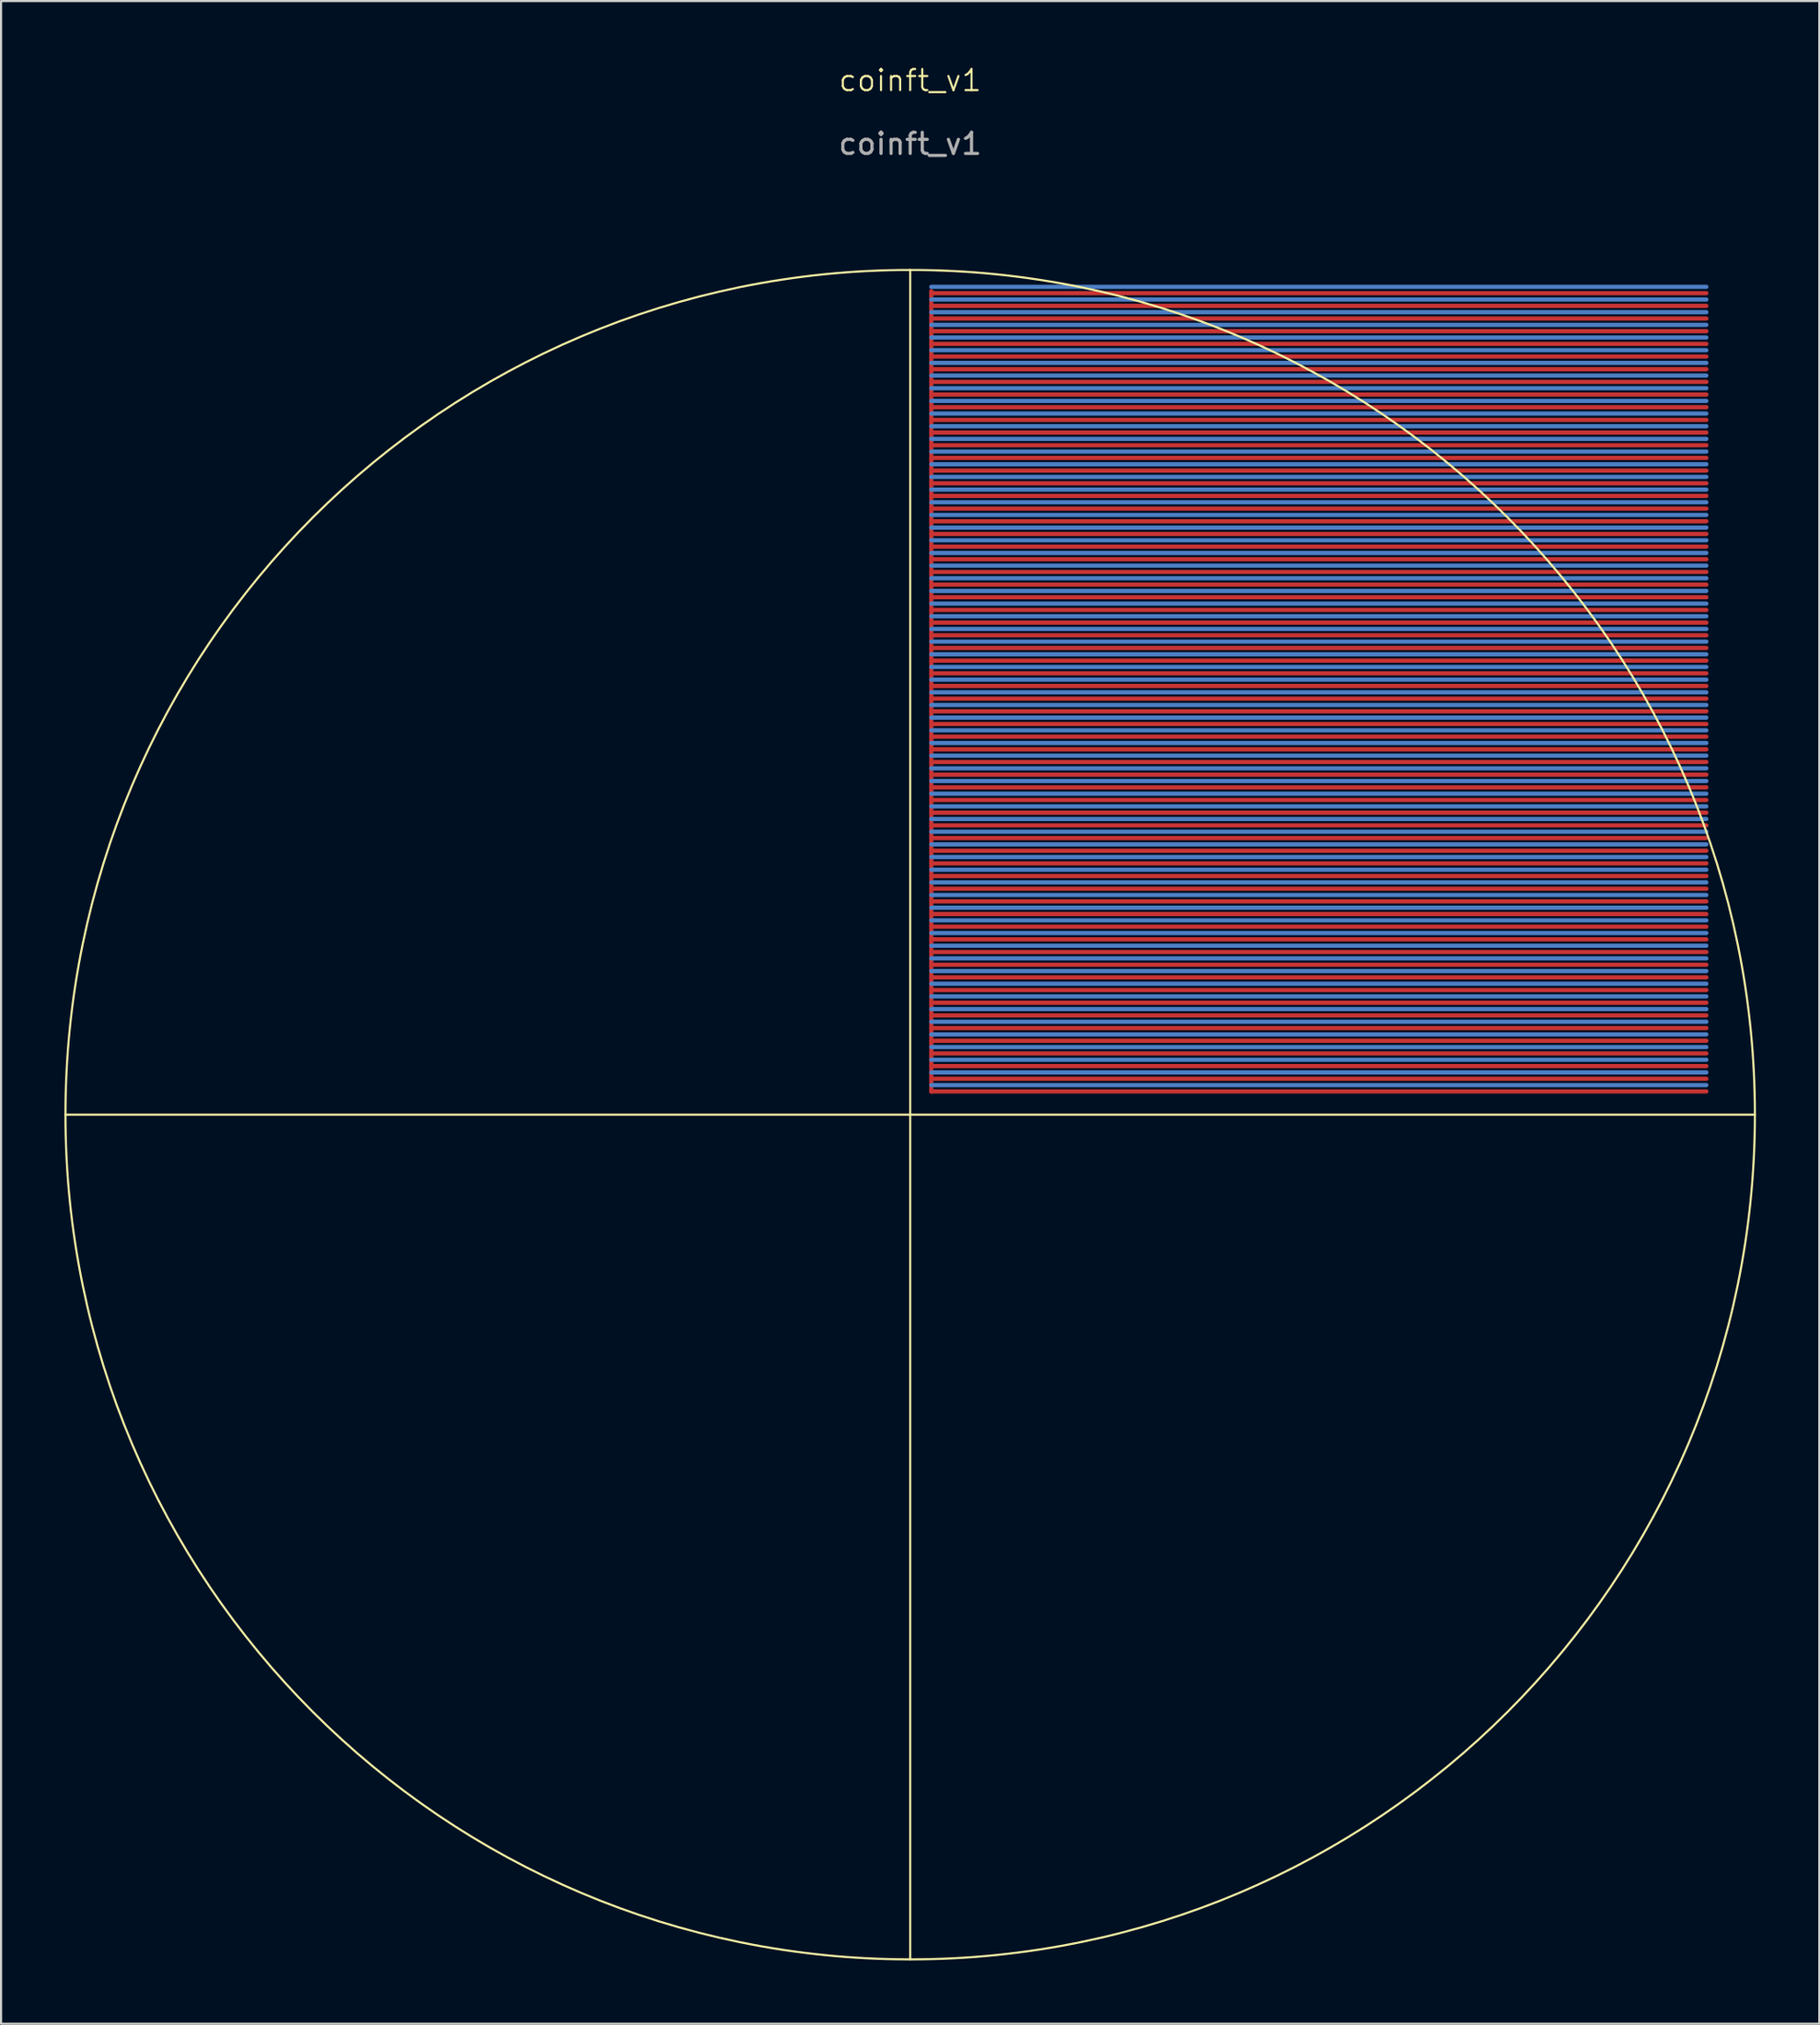
<source format=kicad_pcb>
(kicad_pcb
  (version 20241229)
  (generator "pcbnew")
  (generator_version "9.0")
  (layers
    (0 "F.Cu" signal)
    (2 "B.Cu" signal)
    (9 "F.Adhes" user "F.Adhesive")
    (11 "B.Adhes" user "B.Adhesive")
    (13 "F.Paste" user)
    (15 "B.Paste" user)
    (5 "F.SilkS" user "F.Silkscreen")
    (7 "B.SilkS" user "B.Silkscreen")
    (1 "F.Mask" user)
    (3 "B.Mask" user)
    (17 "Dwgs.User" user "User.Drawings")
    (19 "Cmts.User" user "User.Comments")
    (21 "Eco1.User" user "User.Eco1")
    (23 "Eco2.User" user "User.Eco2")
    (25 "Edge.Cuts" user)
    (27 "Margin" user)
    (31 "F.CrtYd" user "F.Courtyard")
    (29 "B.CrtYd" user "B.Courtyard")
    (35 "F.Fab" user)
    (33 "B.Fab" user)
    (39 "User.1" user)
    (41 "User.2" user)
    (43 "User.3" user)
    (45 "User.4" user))
  (footprint "coinft_v1"
    (layer "F.Cu")
    (at 40.05 49.734)
    (property "Reference" "coinft_v1" (at 0 -48.974 0) (unlocked yes) (layer "F.SilkS") (effects (font (size 1 1) (thickness 0.1))))
    (attr through_hole)
    (fp_line (start 1 -39) (end 1 -1.1) (stroke (width 0.2) (type solid)) (layer "F.Cu"))
    (fp_line (start 1 -38.9) (end 37.7 -38.9) (stroke (width 0.2) (type solid)) (layer "F.Cu"))
    (fp_line (start 1 -38.3) (end 37.7 -38.3) (stroke (width 0.2) (type solid)) (layer "F.Cu"))
    (fp_line (start 1 -37.7) (end 37.7 -37.7) (stroke (width 0.2) (type solid)) (layer "F.Cu"))
    (fp_line (start 1 -37.1) (end 37.7 -37.1) (stroke (width 0.2) (type solid)) (layer "F.Cu"))
    (fp_line (start 1 -36.5) (end 37.7 -36.5) (stroke (width 0.2) (type solid)) (layer "F.Cu"))
    (fp_line (start 1 -35.9) (end 37.7 -35.9) (stroke (width 0.2) (type solid)) (layer "F.Cu"))
    (fp_line (start 1 -35.3) (end 37.7 -35.3) (stroke (width 0.2) (type solid)) (layer "F.Cu"))
    (fp_line (start 1 -34.7) (end 37.7 -34.7) (stroke (width 0.2) (type solid)) (layer "F.Cu"))
    (fp_line (start 1 -34.1) (end 37.7 -34.1) (stroke (width 0.2) (type solid)) (layer "F.Cu"))
    (fp_line (start 1 -33.5) (end 37.7 -33.5) (stroke (width 0.2) (type solid)) (layer "F.Cu"))
    (fp_line (start 1 -32.9) (end 37.7 -32.9) (stroke (width 0.2) (type solid)) (layer "F.Cu"))
    (fp_line (start 1 -32.3) (end 37.7 -32.3) (stroke (width 0.2) (type solid)) (layer "F.Cu"))
    (fp_line (start 1 -31.7) (end 37.7 -31.7) (stroke (width 0.2) (type solid)) (layer "F.Cu"))
    (fp_line (start 1 -31.1) (end 37.7 -31.1) (stroke (width 0.2) (type solid)) (layer "F.Cu"))
    (fp_line (start 1 -30.5) (end 37.7 -30.5) (stroke (width 0.2) (type solid)) (layer "F.Cu"))
    (fp_line (start 1 -29.9) (end 37.7 -29.9) (stroke (width 0.2) (type solid)) (layer "F.Cu"))
    (fp_line (start 1 -29.3) (end 37.7 -29.3) (stroke (width 0.2) (type solid)) (layer "F.Cu"))
    (fp_line (start 1 -28.7) (end 37.7 -28.7) (stroke (width 0.2) (type solid)) (layer "F.Cu"))
    (fp_line (start 1 -28.1) (end 37.7 -28.1) (stroke (width 0.2) (type solid)) (layer "F.Cu"))
    (fp_line (start 1 -27.5) (end 37.7 -27.5) (stroke (width 0.2) (type solid)) (layer "F.Cu"))
    (fp_line (start 1 -26.9) (end 37.7 -26.9) (stroke (width 0.2) (type solid)) (layer "F.Cu"))
    (fp_line (start 1 -26.3) (end 37.7 -26.3) (stroke (width 0.2) (type solid)) (layer "F.Cu"))
    (fp_line (start 1 -25.7) (end 37.7 -25.7) (stroke (width 0.2) (type solid)) (layer "F.Cu"))
    (fp_line (start 1 -25.1) (end 37.7 -25.1) (stroke (width 0.2) (type solid)) (layer "F.Cu"))
    (fp_line (start 1 -24.5) (end 37.7 -24.5) (stroke (width 0.2) (type solid)) (layer "F.Cu"))
    (fp_line (start 1 -23.9) (end 37.7 -23.9) (stroke (width 0.2) (type solid)) (layer "F.Cu"))
    (fp_line (start 1 -23.3) (end 37.7 -23.3) (stroke (width 0.2) (type solid)) (layer "F.Cu"))
    (fp_line (start 1 -22.7) (end 37.7 -22.7) (stroke (width 0.2) (type solid)) (layer "F.Cu"))
    (fp_line (start 1 -22.1) (end 37.7 -22.1) (stroke (width 0.2) (type solid)) (layer "F.Cu"))
    (fp_line (start 1 -21.5) (end 37.7 -21.5) (stroke (width 0.2) (type solid)) (layer "F.Cu"))
    (fp_line (start 1 -20.9) (end 37.7 -20.9) (stroke (width 0.2) (type solid)) (layer "F.Cu"))
    (fp_line (start 1 -20.3) (end 37.7 -20.3) (stroke (width 0.2) (type solid)) (layer "F.Cu"))
    (fp_line (start 1 -19.7) (end 37.7 -19.7) (stroke (width 0.2) (type solid)) (layer "F.Cu"))
    (fp_line (start 1 -19.1) (end 37.7 -19.1) (stroke (width 0.2) (type solid)) (layer "F.Cu"))
    (fp_line (start 1 -18.5) (end 37.7 -18.5) (stroke (width 0.2) (type solid)) (layer "F.Cu"))
    (fp_line (start 1 -17.9) (end 37.7 -17.9) (stroke (width 0.2) (type solid)) (layer "F.Cu"))
    (fp_line (start 1 -17.3) (end 37.7 -17.3) (stroke (width 0.2) (type solid)) (layer "F.Cu"))
    (fp_line (start 1 -16.7) (end 37.7 -16.7) (stroke (width 0.2) (type solid)) (layer "F.Cu"))
    (fp_line (start 1 -16.1) (end 37.7 -16.1) (stroke (width 0.2) (type solid)) (layer "F.Cu"))
    (fp_line (start 1 -15.5) (end 37.7 -15.5) (stroke (width 0.2) (type solid)) (layer "F.Cu"))
    (fp_line (start 1 -14.9) (end 37.7 -14.9) (stroke (width 0.2) (type solid)) (layer "F.Cu"))
    (fp_line (start 1 -14.3) (end 37.7 -14.3) (stroke (width 0.2) (type solid)) (layer "F.Cu"))
    (fp_line (start 1 -13.7) (end 37.7 -13.7) (stroke (width 0.2) (type solid)) (layer "F.Cu"))
    (fp_line (start 1 -13.1) (end 37.7 -13.1) (stroke (width 0.2) (type solid)) (layer "F.Cu"))
    (fp_line (start 1 -12.5) (end 37.7 -12.5) (stroke (width 0.2) (type solid)) (layer "F.Cu"))
    (fp_line (start 1 -11.9) (end 37.7 -11.9) (stroke (width 0.2) (type solid)) (layer "F.Cu"))
    (fp_line (start 1 -11.3) (end 37.7 -11.3) (stroke (width 0.2) (type solid)) (layer "F.Cu"))
    (fp_line (start 1 -10.7) (end 37.7 -10.7) (stroke (width 0.2) (type solid)) (layer "F.Cu"))
    (fp_line (start 1 -10.1) (end 37.7 -10.1) (stroke (width 0.2) (type solid)) (layer "F.Cu"))
    (fp_line (start 1 -9.5) (end 37.7 -9.5) (stroke (width 0.2) (type solid)) (layer "F.Cu"))
    (fp_line (start 1 -8.9) (end 37.7 -8.9) (stroke (width 0.2) (type solid)) (layer "F.Cu"))
    (fp_line (start 1 -8.3) (end 37.7 -8.3) (stroke (width 0.2) (type solid)) (layer "F.Cu"))
    (fp_line (start 1 -7.7) (end 37.7 -7.7) (stroke (width 0.2) (type solid)) (layer "F.Cu"))
    (fp_line (start 1 -7.1) (end 37.7 -7.1) (stroke (width 0.2) (type solid)) (layer "F.Cu"))
    (fp_line (start 1 -6.5) (end 37.7 -6.5) (stroke (width 0.2) (type solid)) (layer "F.Cu"))
    (fp_line (start 1 -5.9) (end 37.7 -5.9) (stroke (width 0.2) (type solid)) (layer "F.Cu"))
    (fp_line (start 1 -5.3) (end 37.7 -5.3) (stroke (width 0.2) (type solid)) (layer "F.Cu"))
    (fp_line (start 1 -4.7) (end 37.7 -4.7) (stroke (width 0.2) (type solid)) (layer "F.Cu"))
    (fp_line (start 1 -4.1) (end 37.7 -4.1) (stroke (width 0.2) (type solid)) (layer "F.Cu"))
    (fp_line (start 1 -3.5) (end 37.7 -3.5) (stroke (width 0.2) (type solid)) (layer "F.Cu"))
    (fp_line (start 1 -2.9) (end 37.7 -2.9) (stroke (width 0.2) (type solid)) (layer "F.Cu"))
    (fp_line (start 1 -2.3) (end 37.7 -2.3) (stroke (width 0.2) (type solid)) (layer "F.Cu"))
    (fp_line (start 1 -1.7) (end 37.7 -1.7) (stroke (width 0.2) (type solid)) (layer "F.Cu"))
    (fp_line (start 1 -1.1) (end 37.7 -1.1) (stroke (width 0.2) (type solid)) (layer "F.Cu"))
    (fp_line (start 1 -39.2) (end 37.7 -39.2) (stroke (width 0.2) (type solid)) (layer "B.Cu"))
    (fp_line (start 1 -38.6) (end 37.7 -38.6) (stroke (width 0.2) (type solid)) (layer "B.Cu"))
    (fp_line (start 1 -38) (end 37.7 -38) (stroke (width 0.2) (type solid)) (layer "B.Cu"))
    (fp_line (start 1 -37.4) (end 37.7 -37.4) (stroke (width 0.2) (type solid)) (layer "B.Cu"))
    (fp_line (start 1 -36.8) (end 37.7 -36.8) (stroke (width 0.2) (type solid)) (layer "B.Cu"))
    (fp_line (start 1 -36.2) (end 37.7 -36.2) (stroke (width 0.2) (type solid)) (layer "B.Cu"))
    (fp_line (start 1 -35.6) (end 37.7 -35.6) (stroke (width 0.2) (type solid)) (layer "B.Cu"))
    (fp_line (start 1 -35) (end 37.7 -35) (stroke (width 0.2) (type solid)) (layer "B.Cu"))
    (fp_line (start 1 -34.4) (end 37.7 -34.4) (stroke (width 0.2) (type solid)) (layer "B.Cu"))
    (fp_line (start 1 -33.8) (end 37.7 -33.8) (stroke (width 0.2) (type solid)) (layer "B.Cu"))
    (fp_line (start 1 -33.2) (end 37.7 -33.2) (stroke (width 0.2) (type solid)) (layer "B.Cu"))
    (fp_line (start 1 -32.6) (end 37.7 -32.6) (stroke (width 0.2) (type solid)) (layer "B.Cu"))
    (fp_line (start 1 -32) (end 37.7 -32) (stroke (width 0.2) (type solid)) (layer "B.Cu"))
    (fp_line (start 1 -31.4) (end 37.7 -31.4) (stroke (width 0.2) (type solid)) (layer "B.Cu"))
    (fp_line (start 1 -30.8) (end 37.7 -30.8) (stroke (width 0.2) (type solid)) (layer "B.Cu"))
    (fp_line (start 1 -30.2) (end 37.7 -30.2) (stroke (width 0.2) (type solid)) (layer "B.Cu"))
    (fp_line (start 1 -29.6) (end 37.7 -29.6) (stroke (width 0.2) (type solid)) (layer "B.Cu"))
    (fp_line (start 1 -29) (end 37.7 -29) (stroke (width 0.2) (type solid)) (layer "B.Cu"))
    (fp_line (start 1 -28.4) (end 37.7 -28.4) (stroke (width 0.2) (type solid)) (layer "B.Cu"))
    (fp_line (start 1 -27.8) (end 37.7 -27.8) (stroke (width 0.2) (type solid)) (layer "B.Cu"))
    (fp_line (start 1 -27.2) (end 37.7 -27.2) (stroke (width 0.2) (type solid)) (layer "B.Cu"))
    (fp_line (start 1 -26.6) (end 37.7 -26.6) (stroke (width 0.2) (type solid)) (layer "B.Cu"))
    (fp_line (start 1 -26) (end 37.7 -26) (stroke (width 0.2) (type solid)) (layer "B.Cu"))
    (fp_line (start 1 -25.4) (end 37.7 -25.4) (stroke (width 0.2) (type solid)) (layer "B.Cu"))
    (fp_line (start 1 -24.8) (end 37.7 -24.8) (stroke (width 0.2) (type solid)) (layer "B.Cu"))
    (fp_line (start 1 -24.2) (end 37.7 -24.2) (stroke (width 0.2) (type solid)) (layer "B.Cu"))
    (fp_line (start 1 -23.6) (end 37.7 -23.6) (stroke (width 0.2) (type solid)) (layer "B.Cu"))
    (fp_line (start 1 -23) (end 37.7 -23) (stroke (width 0.2) (type solid)) (layer "B.Cu"))
    (fp_line (start 1 -22.4) (end 37.7 -22.4) (stroke (width 0.2) (type solid)) (layer "B.Cu"))
    (fp_line (start 1 -21.8) (end 37.7 -21.8) (stroke (width 0.2) (type solid)) (layer "B.Cu"))
    (fp_line (start 1 -21.2) (end 37.7 -21.2) (stroke (width 0.2) (type solid)) (layer "B.Cu"))
    (fp_line (start 1 -20.6) (end 37.7 -20.6) (stroke (width 0.2) (type solid)) (layer "B.Cu"))
    (fp_line (start 1 -20) (end 37.7 -20) (stroke (width 0.2) (type solid)) (layer "B.Cu"))
    (fp_line (start 1 -19.4) (end 37.7 -19.4) (stroke (width 0.2) (type solid)) (layer "B.Cu"))
    (fp_line (start 1 -18.8) (end 37.7 -18.8) (stroke (width 0.2) (type solid)) (layer "B.Cu"))
    (fp_line (start 1 -18.2) (end 37.7 -18.2) (stroke (width 0.2) (type solid)) (layer "B.Cu"))
    (fp_line (start 1 -17.6) (end 37.7 -17.6) (stroke (width 0.2) (type solid)) (layer "B.Cu"))
    (fp_line (start 1 -17) (end 37.7 -17) (stroke (width 0.2) (type solid)) (layer "B.Cu"))
    (fp_line (start 1 -16.4) (end 37.7 -16.4) (stroke (width 0.2) (type solid)) (layer "B.Cu"))
    (fp_line (start 1 -15.8) (end 37.7 -15.8) (stroke (width 0.2) (type solid)) (layer "B.Cu"))
    (fp_line (start 1 -15.2) (end 37.7 -15.2) (stroke (width 0.2) (type solid)) (layer "B.Cu"))
    (fp_line (start 1 -14.6) (end 37.7 -14.6) (stroke (width 0.2) (type solid)) (layer "B.Cu"))
    (fp_line (start 1 -14) (end 37.7 -14) (stroke (width 0.2) (type solid)) (layer "B.Cu"))
    (fp_line (start 1 -13.4) (end 37.7 -13.4) (stroke (width 0.2) (type solid)) (layer "B.Cu"))
    (fp_line (start 1 -12.8) (end 37.7 -12.8) (stroke (width 0.2) (type solid)) (layer "B.Cu"))
    (fp_line (start 1 -12.2) (end 37.7 -12.2) (stroke (width 0.2) (type solid)) (layer "B.Cu"))
    (fp_line (start 1 -11.6) (end 37.7 -11.6) (stroke (width 0.2) (type solid)) (layer "B.Cu"))
    (fp_line (start 1 -11) (end 37.7 -11) (stroke (width 0.2) (type solid)) (layer "B.Cu"))
    (fp_line (start 1 -10.4) (end 37.7 -10.4) (stroke (width 0.2) (type solid)) (layer "B.Cu"))
    (fp_line (start 1 -9.8) (end 37.7 -9.8) (stroke (width 0.2) (type solid)) (layer "B.Cu"))
    (fp_line (start 1 -9.2) (end 37.7 -9.2) (stroke (width 0.2) (type solid)) (layer "B.Cu"))
    (fp_line (start 1 -8.6) (end 37.7 -8.6) (stroke (width 0.2) (type solid)) (layer "B.Cu"))
    (fp_line (start 1 -8) (end 37.7 -8) (stroke (width 0.2) (type solid)) (layer "B.Cu"))
    (fp_line (start 1 -7.4) (end 37.7 -7.4) (stroke (width 0.2) (type solid)) (layer "B.Cu"))
    (fp_line (start 1 -6.8) (end 37.7 -6.8) (stroke (width 0.2) (type solid)) (layer "B.Cu"))
    (fp_line (start 1 -6.2) (end 37.7 -6.2) (stroke (width 0.2) (type solid)) (layer "B.Cu"))
    (fp_line (start 1 -5.6) (end 37.7 -5.6) (stroke (width 0.2) (type solid)) (layer "B.Cu"))
    (fp_line (start 1 -5) (end 37.7 -5) (stroke (width 0.2) (type solid)) (layer "B.Cu"))
    (fp_line (start 1 -4.4) (end 37.7 -4.4) (stroke (width 0.2) (type solid)) (layer "B.Cu"))
    (fp_line (start 1 -3.8) (end 37.7 -3.8) (stroke (width 0.2) (type solid)) (layer "B.Cu"))
    (fp_line (start 1 -3.2) (end 37.7 -3.2) (stroke (width 0.2) (type solid)) (layer "B.Cu"))
    (fp_line (start 1 -2.6) (end 37.7 -2.6) (stroke (width 0.2) (type solid)) (layer "B.Cu"))
    (fp_line (start 1 -2) (end 37.7 -2) (stroke (width 0.2) (type solid)) (layer "B.Cu"))
    (fp_line (start 1 -1.4) (end 37.7 -1.4) (stroke (width 0.2) (type solid)) (layer "B.Cu"))
    (fp_line (start -40 0) (end 40 0) (stroke (width 0.1) (type default)) (layer "F.SilkS"))
    (fp_line (start 0 -40) (end 0 40) (stroke (width 0.1) (type default)) (layer "F.SilkS"))
    (fp_circle (center 0 0) (end 40 0) (stroke (width 0.1) (type solid)) (fill no) (layer "F.SilkS"))
    (fp_text user "${REFERENCE}" (at 0 -45.974 0) (unlocked yes) (layer "F.Fab") (effects (font (size 1 1) (thickness 0.15)))))
  (gr_rect
    (start -3 -3)
    (end 83.1 92.784)
    (stroke (width 0.1) (type default))
    (fill no)
    (layer "Edge.Cuts")))
</source>
